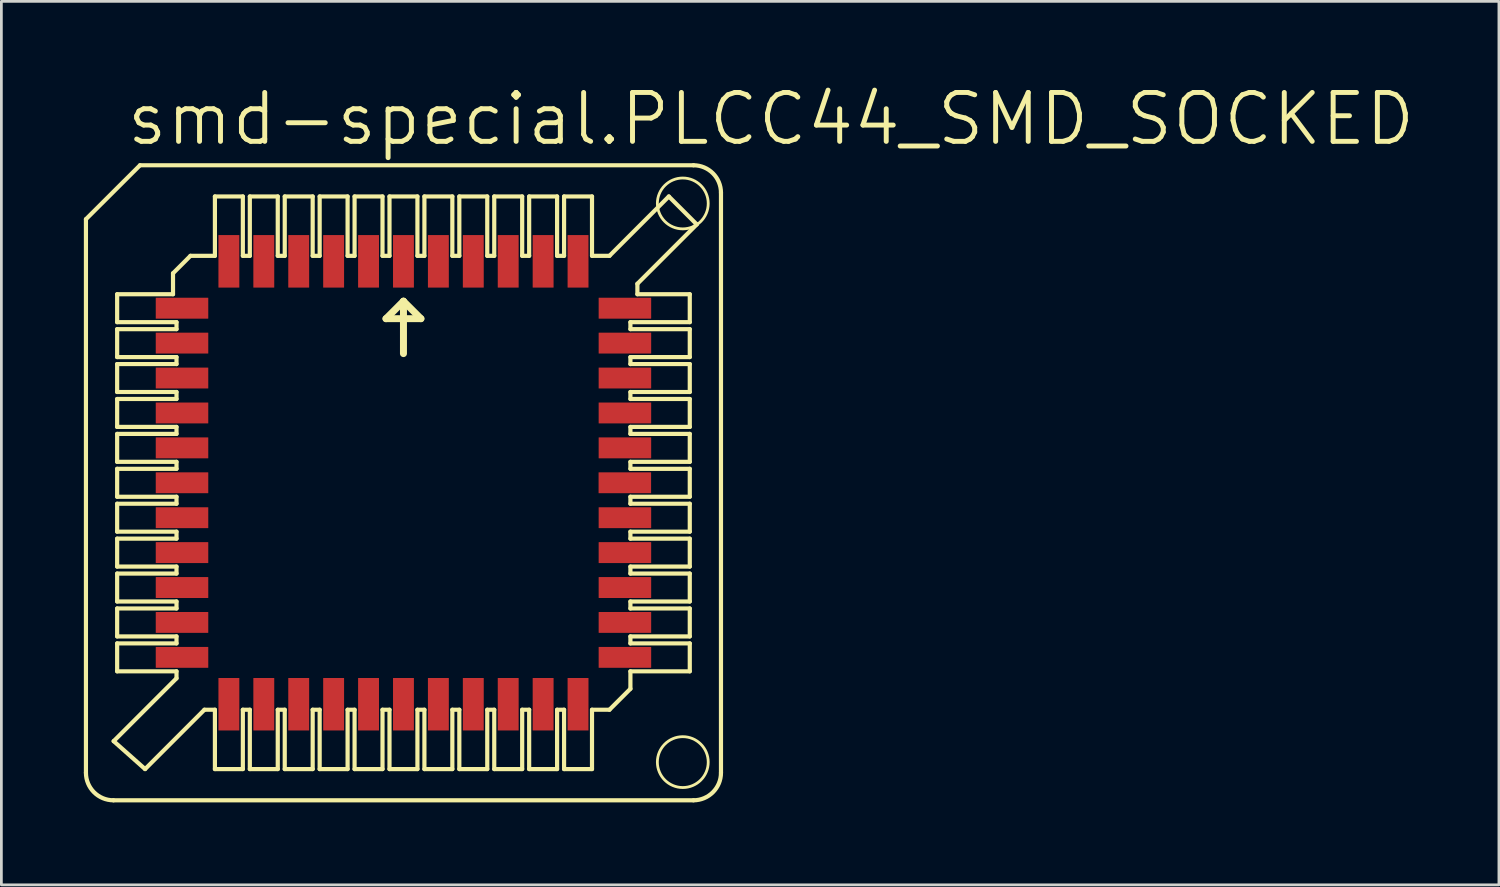
<source format=kicad_pcb>
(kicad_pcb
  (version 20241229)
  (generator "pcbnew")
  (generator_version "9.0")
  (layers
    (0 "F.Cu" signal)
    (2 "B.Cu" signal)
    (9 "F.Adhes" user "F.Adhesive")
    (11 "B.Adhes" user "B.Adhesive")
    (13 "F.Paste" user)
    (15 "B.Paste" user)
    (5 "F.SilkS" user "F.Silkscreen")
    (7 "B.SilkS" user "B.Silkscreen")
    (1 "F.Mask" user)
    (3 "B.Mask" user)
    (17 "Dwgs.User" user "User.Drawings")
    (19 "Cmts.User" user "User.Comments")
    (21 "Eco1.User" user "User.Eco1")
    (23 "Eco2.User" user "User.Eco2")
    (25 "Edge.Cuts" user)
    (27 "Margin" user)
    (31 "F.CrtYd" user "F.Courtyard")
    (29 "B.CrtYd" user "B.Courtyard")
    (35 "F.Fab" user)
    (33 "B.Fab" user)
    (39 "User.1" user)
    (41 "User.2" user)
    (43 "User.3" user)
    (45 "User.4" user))
  (footprint "smd-special.PLCC44_SMD_SOCKED"
    (layer "F.Cu")
    (at 11.625 14.51)
    (property "Reference" "smd-special.PLCC44_SMD_SOCKED" (at -10.16 -12.192 0) (layer "F.SilkS") (effects (font (size 1.778 1.778) (thickness 0.18)) (justify left bottom)))
    (attr smd)
    (fp_line (start -11.549 -9.587) (end -11.549 10.549) (stroke (width 0.152) (type default)) (layer "F.SilkS"))
    (fp_line (start -10.549 11.549) (end 10.549 11.549) (stroke (width 0.152) (type default)) (layer "F.SilkS"))
    (fp_line (start -10.541 9.398) (end -8.255 7.112) (stroke (width 0.152) (type default)) (layer "F.SilkS"))
    (fp_line (start -10.414 -5.842) (end -10.414 -6.858) (stroke (width 0.152) (type default)) (layer "F.SilkS"))
    (fp_line (start -10.414 -5.842) (end -8.255 -5.842) (stroke (width 0.152) (type default)) (layer "F.SilkS"))
    (fp_line (start -10.414 -4.572) (end -10.414 -5.588) (stroke (width 0.152) (type default)) (layer "F.SilkS"))
    (fp_line (start -10.414 -4.572) (end -8.255 -4.572) (stroke (width 0.152) (type default)) (layer "F.SilkS"))
    (fp_line (start -10.414 -3.302) (end -10.414 -4.318) (stroke (width 0.152) (type default)) (layer "F.SilkS"))
    (fp_line (start -10.414 -3.302) (end -8.255 -3.302) (stroke (width 0.152) (type default)) (layer "F.SilkS"))
    (fp_line (start -10.414 -2.032) (end -10.414 -3.048) (stroke (width 0.152) (type default)) (layer "F.SilkS"))
    (fp_line (start -10.414 -2.032) (end -8.255 -2.032) (stroke (width 0.152) (type default)) (layer "F.SilkS"))
    (fp_line (start -10.414 -0.762) (end -10.414 -1.778) (stroke (width 0.152) (type default)) (layer "F.SilkS"))
    (fp_line (start -10.414 -0.762) (end -8.255 -0.762) (stroke (width 0.152) (type default)) (layer "F.SilkS"))
    (fp_line (start -10.414 0.508) (end -10.414 -0.508) (stroke (width 0.152) (type default)) (layer "F.SilkS"))
    (fp_line (start -10.414 0.508) (end -8.255 0.508) (stroke (width 0.152) (type default)) (layer "F.SilkS"))
    (fp_line (start -10.414 1.778) (end -10.414 0.762) (stroke (width 0.152) (type default)) (layer "F.SilkS"))
    (fp_line (start -10.414 1.778) (end -8.255 1.778) (stroke (width 0.152) (type default)) (layer "F.SilkS"))
    (fp_line (start -10.414 2.032) (end -8.255 2.032) (stroke (width 0.152) (type default)) (layer "F.SilkS"))
    (fp_line (start -10.414 3.048) (end -10.414 2.032) (stroke (width 0.152) (type default)) (layer "F.SilkS"))
    (fp_line (start -10.414 3.048) (end -8.255 3.048) (stroke (width 0.152) (type default)) (layer "F.SilkS"))
    (fp_line (start -10.414 4.318) (end -10.414 3.302) (stroke (width 0.152) (type default)) (layer "F.SilkS"))
    (fp_line (start -10.414 4.318) (end -8.255 4.318) (stroke (width 0.152) (type default)) (layer "F.SilkS"))
    (fp_line (start -10.414 4.572) (end -10.414 5.588) (stroke (width 0.152) (type default)) (layer "F.SilkS"))
    (fp_line (start -10.414 4.572) (end -8.255 4.572) (stroke (width 0.152) (type default)) (layer "F.SilkS"))
    (fp_line (start -10.414 5.588) (end -8.255 5.588) (stroke (width 0.152) (type default)) (layer "F.SilkS"))
    (fp_line (start -10.414 5.842) (end -10.414 6.858) (stroke (width 0.152) (type default)) (layer "F.SilkS"))
    (fp_line (start -10.414 5.842) (end -8.255 5.842) (stroke (width 0.152) (type default)) (layer "F.SilkS"))
    (fp_line (start -10.414 6.858) (end -8.255 6.858) (stroke (width 0.152) (type default)) (layer "F.SilkS"))
    (fp_line (start -9.583 -11.549) (end -11.549 -9.587) (stroke (width 0.152) (type default)) (layer "F.SilkS"))
    (fp_line (start -9.398 10.414) (end -10.541 9.398) (stroke (width 0.152) (type default)) (layer "F.SilkS"))
    (fp_line (start -9.398 10.414) (end -7.239 8.255) (stroke (width 0.152) (type default)) (layer "F.SilkS"))
    (fp_line (start -8.382 -6.858) (end -10.414 -6.858) (stroke (width 0.152) (type default)) (layer "F.SilkS"))
    (fp_line (start -8.382 -6.858) (end -8.382 -7.62) (stroke (width 0.152) (type default)) (layer "F.SilkS"))
    (fp_line (start -8.255 -5.588) (end -10.414 -5.588) (stroke (width 0.152) (type default)) (layer "F.SilkS"))
    (fp_line (start -8.255 -5.588) (end -8.255 -5.842) (stroke (width 0.152) (type default)) (layer "F.SilkS"))
    (fp_line (start -8.255 -4.318) (end -10.414 -4.318) (stroke (width 0.152) (type default)) (layer "F.SilkS"))
    (fp_line (start -8.255 -4.318) (end -8.255 -4.572) (stroke (width 0.152) (type default)) (layer "F.SilkS"))
    (fp_line (start -8.255 -3.048) (end -10.414 -3.048) (stroke (width 0.152) (type default)) (layer "F.SilkS"))
    (fp_line (start -8.255 -3.048) (end -8.255 -3.302) (stroke (width 0.152) (type default)) (layer "F.SilkS"))
    (fp_line (start -8.255 -1.778) (end -10.414 -1.778) (stroke (width 0.152) (type default)) (layer "F.SilkS"))
    (fp_line (start -8.255 -1.778) (end -8.255 -2.032) (stroke (width 0.152) (type default)) (layer "F.SilkS"))
    (fp_line (start -8.255 -0.508) (end -10.414 -0.508) (stroke (width 0.152) (type default)) (layer "F.SilkS"))
    (fp_line (start -8.255 -0.508) (end -8.255 -0.762) (stroke (width 0.152) (type default)) (layer "F.SilkS"))
    (fp_line (start -8.255 0.762) (end -10.414 0.762) (stroke (width 0.152) (type default)) (layer "F.SilkS"))
    (fp_line (start -8.255 0.762) (end -8.255 0.508) (stroke (width 0.152) (type default)) (layer "F.SilkS"))
    (fp_line (start -8.255 2.032) (end -8.255 1.778) (stroke (width 0.152) (type default)) (layer "F.SilkS"))
    (fp_line (start -8.255 3.302) (end -10.414 3.302) (stroke (width 0.152) (type default)) (layer "F.SilkS"))
    (fp_line (start -8.255 3.302) (end -8.255 3.048) (stroke (width 0.152) (type default)) (layer "F.SilkS"))
    (fp_line (start -8.255 4.318) (end -8.255 4.572) (stroke (width 0.152) (type default)) (layer "F.SilkS"))
    (fp_line (start -8.255 5.588) (end -8.255 5.842) (stroke (width 0.152) (type default)) (layer "F.SilkS"))
    (fp_line (start -8.255 6.858) (end -8.255 7.112) (stroke (width 0.152) (type default)) (layer "F.SilkS"))
    (fp_line (start -7.747 -8.255) (end -8.382 -7.62) (stroke (width 0.152) (type default)) (layer "F.SilkS"))
    (fp_line (start -6.858 -10.414) (end -6.858 -8.255) (stroke (width 0.152) (type default)) (layer "F.SilkS"))
    (fp_line (start -6.858 -8.255) (end -7.747 -8.255) (stroke (width 0.152) (type default)) (layer "F.SilkS"))
    (fp_line (start -6.858 8.255) (end -7.239 8.255) (stroke (width 0.152) (type default)) (layer "F.SilkS"))
    (fp_line (start -6.858 10.414) (end -6.858 8.255) (stroke (width 0.152) (type default)) (layer "F.SilkS"))
    (fp_line (start -5.842 -10.414) (end -6.858 -10.414) (stroke (width 0.152) (type default)) (layer "F.SilkS"))
    (fp_line (start -5.842 -8.255) (end -5.842 -10.414) (stroke (width 0.152) (type default)) (layer "F.SilkS"))
    (fp_line (start -5.842 8.255) (end -5.842 10.414) (stroke (width 0.152) (type default)) (layer "F.SilkS"))
    (fp_line (start -5.842 10.414) (end -6.858 10.414) (stroke (width 0.152) (type default)) (layer "F.SilkS"))
    (fp_line (start -5.588 -8.255) (end -5.842 -8.255) (stroke (width 0.152) (type default)) (layer "F.SilkS"))
    (fp_line (start -5.588 -8.255) (end -5.588 -10.414) (stroke (width 0.152) (type default)) (layer "F.SilkS"))
    (fp_line (start -5.588 8.255) (end -5.842 8.255) (stroke (width 0.152) (type default)) (layer "F.SilkS"))
    (fp_line (start -5.588 8.255) (end -5.588 10.414) (stroke (width 0.152) (type default)) (layer "F.SilkS"))
    (fp_line (start -4.572 -10.414) (end -5.588 -10.414) (stroke (width 0.152) (type default)) (layer "F.SilkS"))
    (fp_line (start -4.572 -10.414) (end -4.572 -8.255) (stroke (width 0.152) (type default)) (layer "F.SilkS"))
    (fp_line (start -4.572 10.414) (end -5.588 10.414) (stroke (width 0.152) (type default)) (layer "F.SilkS"))
    (fp_line (start -4.572 10.414) (end -4.572 8.255) (stroke (width 0.152) (type default)) (layer "F.SilkS"))
    (fp_line (start -4.318 -8.255) (end -4.572 -8.255) (stroke (width 0.152) (type default)) (layer "F.SilkS"))
    (fp_line (start -4.318 -8.255) (end -4.318 -10.414) (stroke (width 0.152) (type default)) (layer "F.SilkS"))
    (fp_line (start -4.318 8.255) (end -4.572 8.255) (stroke (width 0.152) (type default)) (layer "F.SilkS"))
    (fp_line (start -4.318 10.414) (end -4.318 8.255) (stroke (width 0.152) (type default)) (layer "F.SilkS"))
    (fp_line (start -4.318 10.414) (end -3.302 10.414) (stroke (width 0.152) (type default)) (layer "F.SilkS"))
    (fp_line (start -3.302 -10.414) (end -4.318 -10.414) (stroke (width 0.152) (type default)) (layer "F.SilkS"))
    (fp_line (start -3.302 -10.414) (end -3.302 -8.255) (stroke (width 0.152) (type default)) (layer "F.SilkS"))
    (fp_line (start -3.302 8.255) (end -3.302 10.414) (stroke (width 0.152) (type default)) (layer "F.SilkS"))
    (fp_line (start -3.302 8.255) (end -3.048 8.255) (stroke (width 0.152) (type default)) (layer "F.SilkS"))
    (fp_line (start -3.048 -8.255) (end -3.302 -8.255) (stroke (width 0.152) (type default)) (layer "F.SilkS"))
    (fp_line (start -3.048 -8.255) (end -3.048 -10.414) (stroke (width 0.152) (type default)) (layer "F.SilkS"))
    (fp_line (start -3.048 10.414) (end -3.048 8.255) (stroke (width 0.152) (type default)) (layer "F.SilkS"))
    (fp_line (start -3.048 10.414) (end -2.032 10.414) (stroke (width 0.152) (type default)) (layer "F.SilkS"))
    (fp_line (start -2.032 -10.414) (end -3.048 -10.414) (stroke (width 0.152) (type default)) (layer "F.SilkS"))
    (fp_line (start -2.032 -10.414) (end -2.032 -8.255) (stroke (width 0.152) (type default)) (layer "F.SilkS"))
    (fp_line (start -2.032 8.255) (end -2.032 10.414) (stroke (width 0.152) (type default)) (layer "F.SilkS"))
    (fp_line (start -2.032 8.255) (end -1.778 8.255) (stroke (width 0.152) (type default)) (layer "F.SilkS"))
    (fp_line (start -1.778 -8.255) (end -2.032 -8.255) (stroke (width 0.152) (type default)) (layer "F.SilkS"))
    (fp_line (start -1.778 -8.255) (end -1.778 -10.414) (stroke (width 0.152) (type default)) (layer "F.SilkS"))
    (fp_line (start -1.778 10.414) (end -1.778 8.255) (stroke (width 0.152) (type default)) (layer "F.SilkS"))
    (fp_line (start -1.778 10.414) (end -0.762 10.414) (stroke (width 0.152) (type default)) (layer "F.SilkS"))
    (fp_line (start -0.762 -10.414) (end -1.778 -10.414) (stroke (width 0.152) (type default)) (layer "F.SilkS"))
    (fp_line (start -0.762 -10.414) (end -0.762 -8.255) (stroke (width 0.152) (type default)) (layer "F.SilkS"))
    (fp_line (start -0.762 8.255) (end -0.762 10.414) (stroke (width 0.152) (type default)) (layer "F.SilkS"))
    (fp_line (start -0.762 8.255) (end -0.508 8.255) (stroke (width 0.152) (type default)) (layer "F.SilkS"))
    (fp_line (start -0.635 -5.969) (end 0 -6.604) (stroke (width 0.254) (type default)) (layer "F.SilkS"))
    (fp_line (start -0.508 -8.255) (end -0.762 -8.255) (stroke (width 0.152) (type default)) (layer "F.SilkS"))
    (fp_line (start -0.508 -8.255) (end -0.508 -10.414) (stroke (width 0.152) (type default)) (layer "F.SilkS"))
    (fp_line (start -0.508 10.414) (end -0.508 8.255) (stroke (width 0.152) (type default)) (layer "F.SilkS"))
    (fp_line (start -0.508 10.414) (end 0.508 10.414) (stroke (width 0.152) (type default)) (layer "F.SilkS"))
    (fp_line (start 0 -6.604) (end 0 -4.699) (stroke (width 0.254) (type default)) (layer "F.SilkS"))
    (fp_line (start 0 -6.604) (end 0.635 -5.969) (stroke (width 0.254) (type default)) (layer "F.SilkS"))
    (fp_line (start 0.508 -10.414) (end -0.508 -10.414) (stroke (width 0.152) (type default)) (layer "F.SilkS"))
    (fp_line (start 0.508 -10.414) (end 0.508 -8.255) (stroke (width 0.152) (type default)) (layer "F.SilkS"))
    (fp_line (start 0.508 8.255) (end 0.508 10.414) (stroke (width 0.152) (type default)) (layer "F.SilkS"))
    (fp_line (start 0.508 8.255) (end 0.762 8.255) (stroke (width 0.152) (type default)) (layer "F.SilkS"))
    (fp_line (start 0.635 -5.969) (end -0.635 -5.969) (stroke (width 0.254) (type default)) (layer "F.SilkS"))
    (fp_line (start 0.762 -8.255) (end 0.508 -8.255) (stroke (width 0.152) (type default)) (layer "F.SilkS"))
    (fp_line (start 0.762 -8.255) (end 0.762 -10.414) (stroke (width 0.152) (type default)) (layer "F.SilkS"))
    (fp_line (start 0.762 10.414) (end 0.762 8.255) (stroke (width 0.152) (type default)) (layer "F.SilkS"))
    (fp_line (start 0.762 10.414) (end 1.778 10.414) (stroke (width 0.152) (type default)) (layer "F.SilkS"))
    (fp_line (start 1.778 -10.414) (end 0.762 -10.414) (stroke (width 0.152) (type default)) (layer "F.SilkS"))
    (fp_line (start 1.778 -10.414) (end 1.778 -8.255) (stroke (width 0.152) (type default)) (layer "F.SilkS"))
    (fp_line (start 1.778 8.255) (end 1.778 10.414) (stroke (width 0.152) (type default)) (layer "F.SilkS"))
    (fp_line (start 1.778 8.255) (end 2.032 8.255) (stroke (width 0.152) (type default)) (layer "F.SilkS"))
    (fp_line (start 2.032 -8.255) (end 1.778 -8.255) (stroke (width 0.152) (type default)) (layer "F.SilkS"))
    (fp_line (start 2.032 -8.255) (end 2.032 -10.414) (stroke (width 0.152) (type default)) (layer "F.SilkS"))
    (fp_line (start 2.032 10.414) (end 2.032 8.255) (stroke (width 0.152) (type default)) (layer "F.SilkS"))
    (fp_line (start 2.032 10.414) (end 3.048 10.414) (stroke (width 0.152) (type default)) (layer "F.SilkS"))
    (fp_line (start 3.048 -10.414) (end 2.032 -10.414) (stroke (width 0.152) (type default)) (layer "F.SilkS"))
    (fp_line (start 3.048 -10.414) (end 3.048 -8.255) (stroke (width 0.152) (type default)) (layer "F.SilkS"))
    (fp_line (start 3.048 8.255) (end 3.048 10.414) (stroke (width 0.152) (type default)) (layer "F.SilkS"))
    (fp_line (start 3.048 8.255) (end 3.302 8.255) (stroke (width 0.152) (type default)) (layer "F.SilkS"))
    (fp_line (start 3.302 -8.255) (end 3.048 -8.255) (stroke (width 0.152) (type default)) (layer "F.SilkS"))
    (fp_line (start 3.302 -8.255) (end 3.302 -10.414) (stroke (width 0.152) (type default)) (layer "F.SilkS"))
    (fp_line (start 3.302 10.414) (end 3.302 8.255) (stroke (width 0.152) (type default)) (layer "F.SilkS"))
    (fp_line (start 3.302 10.414) (end 4.318 10.414) (stroke (width 0.152) (type default)) (layer "F.SilkS"))
    (fp_line (start 4.318 -10.414) (end 3.302 -10.414) (stroke (width 0.152) (type default)) (layer "F.SilkS"))
    (fp_line (start 4.318 -10.414) (end 4.318 -8.255) (stroke (width 0.152) (type default)) (layer "F.SilkS"))
    (fp_line (start 4.318 -8.255) (end 4.572 -8.255) (stroke (width 0.152) (type default)) (layer "F.SilkS"))
    (fp_line (start 4.318 8.255) (end 4.318 10.414) (stroke (width 0.152) (type default)) (layer "F.SilkS"))
    (fp_line (start 4.318 8.255) (end 4.572 8.255) (stroke (width 0.152) (type default)) (layer "F.SilkS"))
    (fp_line (start 4.572 -10.414) (end 4.572 -8.255) (stroke (width 0.152) (type default)) (layer "F.SilkS"))
    (fp_line (start 4.572 -10.414) (end 5.588 -10.414) (stroke (width 0.152) (type default)) (layer "F.SilkS"))
    (fp_line (start 4.572 8.255) (end 4.572 10.414) (stroke (width 0.152) (type default)) (layer "F.SilkS"))
    (fp_line (start 5.588 -10.414) (end 5.588 -8.255) (stroke (width 0.152) (type default)) (layer "F.SilkS"))
    (fp_line (start 5.588 -8.255) (end 5.842 -8.255) (stroke (width 0.152) (type default)) (layer "F.SilkS"))
    (fp_line (start 5.588 10.414) (end 4.572 10.414) (stroke (width 0.152) (type default)) (layer "F.SilkS"))
    (fp_line (start 5.588 10.414) (end 5.588 8.255) (stroke (width 0.152) (type default)) (layer "F.SilkS"))
    (fp_line (start 5.842 -10.414) (end 5.842 -8.255) (stroke (width 0.152) (type default)) (layer "F.SilkS"))
    (fp_line (start 5.842 -10.414) (end 6.858 -10.414) (stroke (width 0.152) (type default)) (layer "F.SilkS"))
    (fp_line (start 5.842 8.255) (end 5.588 8.255) (stroke (width 0.152) (type default)) (layer "F.SilkS"))
    (fp_line (start 5.842 8.255) (end 5.842 10.414) (stroke (width 0.152) (type default)) (layer "F.SilkS"))
    (fp_line (start 6.858 -10.414) (end 6.858 -8.255) (stroke (width 0.152) (type default)) (layer "F.SilkS"))
    (fp_line (start 6.858 -8.255) (end 7.493 -8.255) (stroke (width 0.152) (type default)) (layer "F.SilkS"))
    (fp_line (start 6.858 8.255) (end 7.493 8.255) (stroke (width 0.152) (type default)) (layer "F.SilkS"))
    (fp_line (start 6.858 10.414) (end 5.842 10.414) (stroke (width 0.152) (type default)) (layer "F.SilkS"))
    (fp_line (start 6.858 10.414) (end 6.858 8.255) (stroke (width 0.152) (type default)) (layer "F.SilkS"))
    (fp_line (start 8.255 -5.842) (end 8.255 -5.588) (stroke (width 0.152) (type default)) (layer "F.SilkS"))
    (fp_line (start 8.255 -5.842) (end 10.414 -5.842) (stroke (width 0.152) (type default)) (layer "F.SilkS"))
    (fp_line (start 8.255 -4.572) (end 8.255 -4.318) (stroke (width 0.152) (type default)) (layer "F.SilkS"))
    (fp_line (start 8.255 -4.572) (end 10.414 -4.572) (stroke (width 0.152) (type default)) (layer "F.SilkS"))
    (fp_line (start 8.255 -3.302) (end 8.255 -3.048) (stroke (width 0.152) (type default)) (layer "F.SilkS"))
    (fp_line (start 8.255 -3.302) (end 10.414 -3.302) (stroke (width 0.152) (type default)) (layer "F.SilkS"))
    (fp_line (start 8.255 -2.032) (end 8.255 -1.778) (stroke (width 0.152) (type default)) (layer "F.SilkS"))
    (fp_line (start 8.255 -2.032) (end 10.414 -2.032) (stroke (width 0.152) (type default)) (layer "F.SilkS"))
    (fp_line (start 8.255 -0.762) (end 8.255 -0.508) (stroke (width 0.152) (type default)) (layer "F.SilkS"))
    (fp_line (start 8.255 -0.762) (end 10.414 -0.762) (stroke (width 0.152) (type default)) (layer "F.SilkS"))
    (fp_line (start 8.255 0.508) (end 8.255 0.762) (stroke (width 0.152) (type default)) (layer "F.SilkS"))
    (fp_line (start 8.255 0.508) (end 10.414 0.508) (stroke (width 0.152) (type default)) (layer "F.SilkS"))
    (fp_line (start 8.255 1.778) (end 8.255 2.032) (stroke (width 0.152) (type default)) (layer "F.SilkS"))
    (fp_line (start 8.255 1.778) (end 10.414 1.778) (stroke (width 0.152) (type default)) (layer "F.SilkS"))
    (fp_line (start 8.255 3.048) (end 8.255 3.302) (stroke (width 0.152) (type default)) (layer "F.SilkS"))
    (fp_line (start 8.255 3.048) (end 10.414 3.048) (stroke (width 0.152) (type default)) (layer "F.SilkS"))
    (fp_line (start 8.255 4.318) (end 8.255 4.572) (stroke (width 0.152) (type default)) (layer "F.SilkS"))
    (fp_line (start 8.255 4.318) (end 10.414 4.318) (stroke (width 0.152) (type default)) (layer "F.SilkS"))
    (fp_line (start 8.255 5.588) (end 8.255 5.842) (stroke (width 0.152) (type default)) (layer "F.SilkS"))
    (fp_line (start 8.255 5.588) (end 10.414 5.588) (stroke (width 0.152) (type default)) (layer "F.SilkS"))
    (fp_line (start 8.255 5.842) (end 10.414 5.842) (stroke (width 0.152) (type default)) (layer "F.SilkS"))
    (fp_line (start 8.255 6.858) (end 8.255 7.493) (stroke (width 0.152) (type default)) (layer "F.SilkS"))
    (fp_line (start 8.255 6.858) (end 10.414 6.858) (stroke (width 0.152) (type default)) (layer "F.SilkS"))
    (fp_line (start 8.255 7.493) (end 7.493 8.255) (stroke (width 0.152) (type default)) (layer "F.SilkS"))
    (fp_line (start 8.509 -7.239) (end 8.509 -6.858) (stroke (width 0.152) (type default)) (layer "F.SilkS"))
    (fp_line (start 8.509 -6.858) (end 10.414 -6.858) (stroke (width 0.152) (type default)) (layer "F.SilkS"))
    (fp_line (start 9.652 -10.414) (end 7.493 -8.255) (stroke (width 0.152) (type default)) (layer "F.SilkS"))
    (fp_line (start 10.414 -6.858) (end 10.414 -5.842) (stroke (width 0.152) (type default)) (layer "F.SilkS"))
    (fp_line (start 10.414 -5.588) (end 8.255 -5.588) (stroke (width 0.152) (type default)) (layer "F.SilkS"))
    (fp_line (start 10.414 -5.588) (end 10.414 -4.572) (stroke (width 0.152) (type default)) (layer "F.SilkS"))
    (fp_line (start 10.414 -4.318) (end 8.255 -4.318) (stroke (width 0.152) (type default)) (layer "F.SilkS"))
    (fp_line (start 10.414 -4.318) (end 10.414 -3.302) (stroke (width 0.152) (type default)) (layer "F.SilkS"))
    (fp_line (start 10.414 -3.048) (end 8.255 -3.048) (stroke (width 0.152) (type default)) (layer "F.SilkS"))
    (fp_line (start 10.414 -3.048) (end 10.414 -2.032) (stroke (width 0.152) (type default)) (layer "F.SilkS"))
    (fp_line (start 10.414 -1.778) (end 8.255 -1.778) (stroke (width 0.152) (type default)) (layer "F.SilkS"))
    (fp_line (start 10.414 -1.778) (end 10.414 -0.762) (stroke (width 0.152) (type default)) (layer "F.SilkS"))
    (fp_line (start 10.414 -0.508) (end 8.255 -0.508) (stroke (width 0.152) (type default)) (layer "F.SilkS"))
    (fp_line (start 10.414 -0.508) (end 10.414 0.508) (stroke (width 0.152) (type default)) (layer "F.SilkS"))
    (fp_line (start 10.414 0.762) (end 8.255 0.762) (stroke (width 0.152) (type default)) (layer "F.SilkS"))
    (fp_line (start 10.414 0.762) (end 10.414 1.778) (stroke (width 0.152) (type default)) (layer "F.SilkS"))
    (fp_line (start 10.414 2.032) (end 8.255 2.032) (stroke (width 0.152) (type default)) (layer "F.SilkS"))
    (fp_line (start 10.414 2.032) (end 10.414 3.048) (stroke (width 0.152) (type default)) (layer "F.SilkS"))
    (fp_line (start 10.414 3.302) (end 8.255 3.302) (stroke (width 0.152) (type default)) (layer "F.SilkS"))
    (fp_line (start 10.414 3.302) (end 10.414 4.318) (stroke (width 0.152) (type default)) (layer "F.SilkS"))
    (fp_line (start 10.414 4.572) (end 8.255 4.572) (stroke (width 0.152) (type default)) (layer "F.SilkS"))
    (fp_line (start 10.414 4.572) (end 10.414 5.588) (stroke (width 0.152) (type default)) (layer "F.SilkS"))
    (fp_line (start 10.414 5.842) (end 10.414 6.858) (stroke (width 0.152) (type default)) (layer "F.SilkS"))
    (fp_line (start 10.549 -11.549) (end -9.583 -11.549) (stroke (width 0.152) (type default)) (layer "F.SilkS"))
    (fp_line (start 10.668 -9.398) (end 8.509 -7.239) (stroke (width 0.152) (type default)) (layer "F.SilkS"))
    (fp_line (start 10.668 -9.398) (end 9.652 -10.414) (stroke (width 0.152) (type default)) (layer "F.SilkS"))
    (fp_line (start 11.549 10.549) (end 11.549 -10.549) (stroke (width 0.152) (type default)) (layer "F.SilkS"))
    (fp_arc (start -10.549 11.549) (mid -11.256107 11.256107) (end -11.549 10.549) (stroke (width 0.1524) (type default)) (layer "F.SilkS"))
    (fp_arc (start 10.549 -11.549) (mid 11.256107 -11.256107) (end 11.549 -10.549) (stroke (width 0.1524) (type default)) (layer "F.SilkS"))
    (fp_arc (start 11.549 10.549) (mid 11.256107 11.256107) (end 10.549 11.549) (stroke (width 0.1524) (type default)) (layer "F.SilkS"))
    (fp_circle (center 10.16 -10.16) (end 11.085 -10.16) (stroke (width 0.102) (type default)) (fill no) (layer "F.SilkS"))
    (fp_circle (center 10.16 10.16) (end 11.085 10.16) (stroke (width 0.102) (type default)) (fill no) (layer "F.SilkS"))
    (pad "1" smd roundrect (at 0 -8.055) (size 0.76 1.91) (layers "F.Cu" "F.Mask" "F.Paste") (roundrect_rratio 0.01))
    (pad "2" smd roundrect (at -1.27 -8.055) (size 0.76 1.91) (layers "F.Cu" "F.Mask" "F.Paste") (roundrect_rratio 0.01))
    (pad "3" smd roundrect (at -2.54 -8.055) (size 0.76 1.91) (layers "F.Cu" "F.Mask" "F.Paste") (roundrect_rratio 0.01))
    (pad "4" smd roundrect (at -3.81 -8.055) (size 0.76 1.91) (layers "F.Cu" "F.Mask" "F.Paste") (roundrect_rratio 0.01))
    (pad "5" smd roundrect (at -5.08 -8.055) (size 0.76 1.91) (layers "F.Cu" "F.Mask" "F.Paste") (roundrect_rratio 0.01))
    (pad "6" smd roundrect (at -6.35 -8.055) (size 0.76 1.91) (layers "F.Cu" "F.Mask" "F.Paste") (roundrect_rratio 0.01))
    (pad "7" smd roundrect (at -8.055 -6.35) (size 1.91 0.76) (layers "F.Cu" "F.Mask" "F.Paste") (roundrect_rratio 0.01))
    (pad "8" smd roundrect (at -8.055 -5.08) (size 1.91 0.76) (layers "F.Cu" "F.Mask" "F.Paste") (roundrect_rratio 0.01))
    (pad "9" smd roundrect (at -8.055 -3.81) (size 1.91 0.76) (layers "F.Cu" "F.Mask" "F.Paste") (roundrect_rratio 0.01))
    (pad "10" smd roundrect (at -8.055 -2.54) (size 1.91 0.76) (layers "F.Cu" "F.Mask" "F.Paste") (roundrect_rratio 0.01))
    (pad "11" smd roundrect (at -8.055 -1.27) (size 1.91 0.76) (layers "F.Cu" "F.Mask" "F.Paste") (roundrect_rratio 0.01))
    (pad "12" smd roundrect (at -8.055 0) (size 1.91 0.76) (layers "F.Cu" "F.Mask" "F.Paste") (roundrect_rratio 0.01))
    (pad "13" smd roundrect (at -8.055 1.27) (size 1.91 0.76) (layers "F.Cu" "F.Mask" "F.Paste") (roundrect_rratio 0.01))
    (pad "14" smd roundrect (at -8.055 2.54) (size 1.91 0.76) (layers "F.Cu" "F.Mask" "F.Paste") (roundrect_rratio 0.01))
    (pad "15" smd roundrect (at -8.055 3.81) (size 1.91 0.76) (layers "F.Cu" "F.Mask" "F.Paste") (roundrect_rratio 0.01))
    (pad "16" smd roundrect (at -8.055 5.08) (size 1.91 0.76) (layers "F.Cu" "F.Mask" "F.Paste") (roundrect_rratio 0.01))
    (pad "17" smd roundrect (at -8.055 6.35) (size 1.91 0.76) (layers "F.Cu" "F.Mask" "F.Paste") (roundrect_rratio 0.01))
    (pad "18" smd roundrect (at -6.35 8.055) (size 0.76 1.91) (layers "F.Cu" "F.Mask" "F.Paste") (roundrect_rratio 0.01))
    (pad "19" smd roundrect (at -5.08 8.055) (size 0.76 1.91) (layers "F.Cu" "F.Mask" "F.Paste") (roundrect_rratio 0.01))
    (pad "20" smd roundrect (at -3.81 8.055) (size 0.76 1.91) (layers "F.Cu" "F.Mask" "F.Paste") (roundrect_rratio 0.01))
    (pad "21" smd roundrect (at -2.54 8.055) (size 0.76 1.91) (layers "F.Cu" "F.Mask" "F.Paste") (roundrect_rratio 0.01))
    (pad "22" smd roundrect (at -1.27 8.055) (size 0.76 1.91) (layers "F.Cu" "F.Mask" "F.Paste") (roundrect_rratio 0.01))
    (pad "23" smd roundrect (at 0 8.055) (size 0.76 1.91) (layers "F.Cu" "F.Mask" "F.Paste") (roundrect_rratio 0.01))
    (pad "24" smd roundrect (at 1.27 8.055) (size 0.76 1.91) (layers "F.Cu" "F.Mask" "F.Paste") (roundrect_rratio 0.01))
    (pad "25" smd roundrect (at 2.54 8.055) (size 0.76 1.91) (layers "F.Cu" "F.Mask" "F.Paste") (roundrect_rratio 0.01))
    (pad "26" smd roundrect (at 3.81 8.055) (size 0.76 1.91) (layers "F.Cu" "F.Mask" "F.Paste") (roundrect_rratio 0.01))
    (pad "27" smd roundrect (at 5.08 8.055) (size 0.76 1.91) (layers "F.Cu" "F.Mask" "F.Paste") (roundrect_rratio 0.01))
    (pad "28" smd roundrect (at 6.35 8.055) (size 0.76 1.91) (layers "F.Cu" "F.Mask" "F.Paste") (roundrect_rratio 0.01))
    (pad "29" smd roundrect (at 8.055 6.35) (size 1.91 0.76) (layers "F.Cu" "F.Mask" "F.Paste") (roundrect_rratio 0.01))
    (pad "30" smd roundrect (at 8.055 5.08) (size 1.91 0.76) (layers "F.Cu" "F.Mask" "F.Paste") (roundrect_rratio 0.01))
    (pad "31" smd roundrect (at 8.055 3.81) (size 1.91 0.76) (layers "F.Cu" "F.Mask" "F.Paste") (roundrect_rratio 0.01))
    (pad "32" smd roundrect (at 8.055 2.54) (size 1.91 0.76) (layers "F.Cu" "F.Mask" "F.Paste") (roundrect_rratio 0.01))
    (pad "33" smd roundrect (at 8.055 1.27) (size 1.91 0.76) (layers "F.Cu" "F.Mask" "F.Paste") (roundrect_rratio 0.01))
    (pad "34" smd roundrect (at 8.052 0) (size 1.91 0.76) (layers "F.Cu" "F.Mask" "F.Paste") (roundrect_rratio 0.01))
    (pad "35" smd roundrect (at 8.055 -1.27) (size 1.91 0.76) (layers "F.Cu" "F.Mask" "F.Paste") (roundrect_rratio 0.01))
    (pad "36" smd roundrect (at 8.055 -2.54) (size 1.91 0.76) (layers "F.Cu" "F.Mask" "F.Paste") (roundrect_rratio 0.01))
    (pad "37" smd roundrect (at 8.055 -3.81) (size 1.91 0.76) (layers "F.Cu" "F.Mask" "F.Paste") (roundrect_rratio 0.01))
    (pad "38" smd roundrect (at 8.055 -5.08) (size 1.91 0.76) (layers "F.Cu" "F.Mask" "F.Paste") (roundrect_rratio 0.01))
    (pad "39" smd roundrect (at 8.055 -6.35) (size 1.91 0.76) (layers "F.Cu" "F.Mask" "F.Paste") (roundrect_rratio 0.01))
    (pad "40" smd roundrect (at 6.35 -8.055) (size 0.76 1.91) (layers "F.Cu" "F.Mask" "F.Paste") (roundrect_rratio 0.01))
    (pad "41" smd roundrect (at 5.08 -8.055) (size 0.76 1.91) (layers "F.Cu" "F.Mask" "F.Paste") (roundrect_rratio 0.01))
    (pad "42" smd roundrect (at 3.81 -8.055) (size 0.76 1.91) (layers "F.Cu" "F.Mask" "F.Paste") (roundrect_rratio 0.01))
    (pad "43" smd roundrect (at 2.54 -8.055) (size 0.76 1.91) (layers "F.Cu" "F.Mask" "F.Paste") (roundrect_rratio 0.01))
    (pad "44" smd roundrect (at 1.27 -8.055) (size 0.76 1.91) (layers "F.Cu" "F.Mask" "F.Paste") (roundrect_rratio 0.01)))
  (gr_rect
    (start -3 -3)
    (end 51.47 29.135)
    (stroke (width 0.1) (type default))
    (fill no)
    (layer "Edge.Cuts")))
</source>
